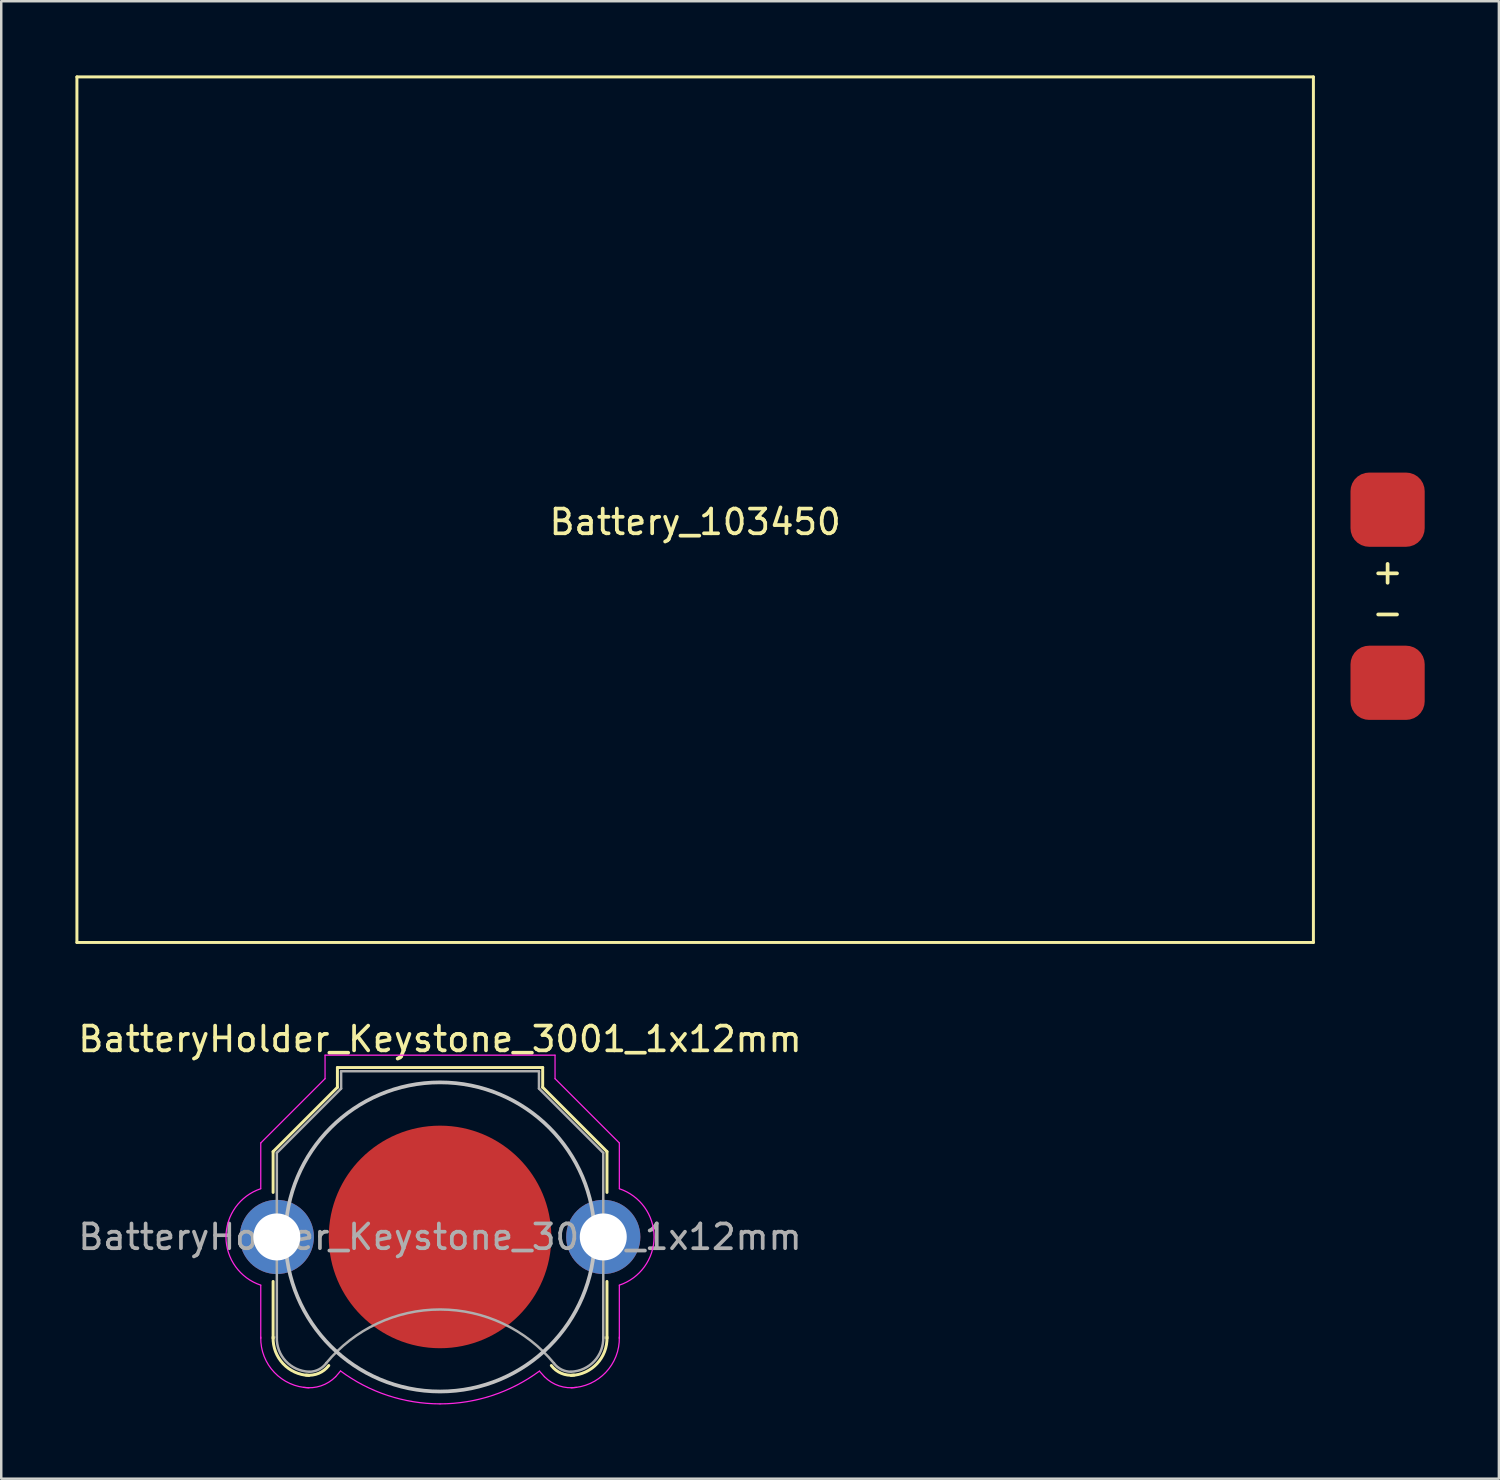
<source format=kicad_pcb>
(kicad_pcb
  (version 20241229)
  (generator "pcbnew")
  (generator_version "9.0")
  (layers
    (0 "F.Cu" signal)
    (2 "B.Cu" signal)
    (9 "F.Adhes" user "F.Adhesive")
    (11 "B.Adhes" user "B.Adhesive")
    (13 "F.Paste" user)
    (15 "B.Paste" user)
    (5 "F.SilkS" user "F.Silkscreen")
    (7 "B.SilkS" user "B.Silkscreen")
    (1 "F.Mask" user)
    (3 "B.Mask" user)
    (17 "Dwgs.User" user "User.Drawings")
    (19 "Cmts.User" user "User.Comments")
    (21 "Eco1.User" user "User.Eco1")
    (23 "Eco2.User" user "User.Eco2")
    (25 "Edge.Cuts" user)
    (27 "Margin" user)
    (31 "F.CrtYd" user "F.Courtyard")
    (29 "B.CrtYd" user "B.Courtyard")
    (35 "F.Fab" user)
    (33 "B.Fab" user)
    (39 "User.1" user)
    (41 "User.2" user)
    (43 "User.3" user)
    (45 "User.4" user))
  (footprint "BatteryHolder_Keystone_3001_1x12mm"
    (layer "F.Cu")
    (at 14.744 46.968)
    (property "Reference" "BatteryHolder_Keystone_3001_1x12mm" (at 0 -8 0) (layer "F.SilkS") (effects (font (size 1 1) (thickness 0.15))))
    (attr through_hole)
    (fp_line (start -6.75 -3.45) (end -4.15 -6.05) (stroke (width 0.12) (type solid)) (layer "F.SilkS"))
    (fp_line (start -6.75 -1.8) (end -6.75 -3.45) (stroke (width 0.12) (type solid)) (layer "F.SilkS"))
    (fp_line (start -6.75 1.8) (end -6.75 4.1) (stroke (width 0.12) (type solid)) (layer "F.SilkS"))
    (fp_line (start -4.15 -6.85) (end 4.15 -6.85) (stroke (width 0.12) (type solid)) (layer "F.SilkS"))
    (fp_line (start -4.15 -6.05) (end -4.15 -6.85) (stroke (width 0.12) (type solid)) (layer "F.SilkS"))
    (fp_line (start 4.15 -6.85) (end 4.15 -6.05) (stroke (width 0.12) (type solid)) (layer "F.SilkS"))
    (fp_line (start 4.15 -6.05) (end 6.75 -3.45) (stroke (width 0.12) (type solid)) (layer "F.SilkS"))
    (fp_line (start 6.75 -3.45) (end 6.75 -1.8) (stroke (width 0.12) (type solid)) (layer "F.SilkS"))
    (fp_line (start 6.75 1.8) (end 6.75 4.1) (stroke (width 0.12) (type solid)) (layer "F.SilkS"))
    (fp_arc (start -5.3 5.6) (mid -6.346016 5.125305) (end -6.75 4.05) (stroke (width 0.12) (type solid)) (layer "F.SilkS"))
    (fp_arc (start -4.5 5.2) (mid -4.90584 5.514615) (end -5.414615 5.58416) (stroke (width 0.12) (type solid)) (layer "F.SilkS"))
    (fp_arc (start 5.414615 5.58416) (mid 4.90584 5.514615) (end 4.5 5.2) (stroke (width 0.12) (type solid)) (layer "F.SilkS"))
    (fp_arc (start 6.75 4.05) (mid 6.346016 5.125305) (end 5.3 5.6) (stroke (width 0.12) (type solid)) (layer "F.SilkS"))
    (fp_circle (center 0 0) (end 0 6.25) (stroke (width 0.15) (type solid)) (fill no) (layer "Dwgs.User"))
    (fp_line (start -7.25 -3.8) (end -4.65 -6.4) (stroke (width 0.05) (type solid)) (layer "F.CrtYd"))
    (fp_line (start -7.25 -1.95) (end -7.25 -3.8) (stroke (width 0.05) (type solid)) (layer "F.CrtYd"))
    (fp_line (start -7.25 1.95) (end -7.25 4.1) (stroke (width 0.05) (type solid)) (layer "F.CrtYd"))
    (fp_line (start -4.65 -7.35) (end 4.65 -7.35) (stroke (width 0.05) (type solid)) (layer "F.CrtYd"))
    (fp_line (start -4.65 -6.4) (end -4.65 -7.35) (stroke (width 0.05) (type solid)) (layer "F.CrtYd"))
    (fp_line (start 4.65 -6.4) (end 4.65 -7.35) (stroke (width 0.05) (type solid)) (layer "F.CrtYd"))
    (fp_line (start 7.25 -3.8) (end 4.65 -6.4) (stroke (width 0.05) (type solid)) (layer "F.CrtYd"))
    (fp_line (start 7.25 -1.95) (end 7.25 -3.8) (stroke (width 0.05) (type solid)) (layer "F.CrtYd"))
    (fp_line (start 7.25 1.95) (end 7.25 4.1) (stroke (width 0.05) (type solid)) (layer "F.CrtYd"))
    (fp_arc (start -7.25 1.95) (mid -8.655479 0.002334) (end -7.254426 -1.948519) (stroke (width 0.05) (type solid)) (layer "F.CrtYd"))
    (fp_arc (start -5.3 6.1) (mid -6.699569 5.478858) (end -7.25 4.05) (stroke (width 0.05) (type solid)) (layer "F.CrtYd"))
    (fp_arc (start -4.22 5.65) (mid -4.814553 6.021742) (end -5.513125 6.082436) (stroke (width 0.05) (type solid)) (layer "F.CrtYd"))
    (fp_arc (start -4.22 5.65) (mid -4.123743 5.534157) (end -4.024388 5.42096) (stroke (width 0.05) (type solid)) (layer "F.CrtYd"))
    (fp_arc (start 0 6.75) (mid -2.119449 6.408622) (end -4.024518 5.419018) (stroke (width 0.05) (type solid)) (layer "F.CrtYd"))
    (fp_arc (start 4.024518 5.419018) (mid 2.119449 6.408622) (end 0 6.75) (stroke (width 0.05) (type solid)) (layer "F.CrtYd"))
    (fp_arc (start 4.02471 5.432858) (mid 4.123824 5.540108) (end 4.22 5.65) (stroke (width 0.05) (type solid)) (layer "F.CrtYd"))
    (fp_arc (start 5.513125 6.082436) (mid 4.814553 6.021742) (end 4.22 5.65) (stroke (width 0.05) (type solid)) (layer "F.CrtYd"))
    (fp_arc (start 7.25 4.05) (mid 6.699569 5.478858) (end 5.3 6.1) (stroke (width 0.05) (type solid)) (layer "F.CrtYd"))
    (fp_arc (start 7.254426 -1.948519) (mid 8.655479 0.002334) (end 7.25 1.95) (stroke (width 0.05) (type solid)) (layer "F.CrtYd"))
    (fp_line (start -6.6 -3.4) (end -6.6 4.05) (stroke (width 0.1) (type solid)) (layer "F.Fab"))
    (fp_line (start -4 -6.7) (end -4 -6) (stroke (width 0.1) (type solid)) (layer "F.Fab"))
    (fp_line (start -4 -6.7) (end 4 -6.7) (stroke (width 0.1) (type solid)) (layer "F.Fab"))
    (fp_line (start -4 -6) (end -6.6 -3.4) (stroke (width 0.1) (type solid)) (layer "F.Fab"))
    (fp_line (start 4 -6.7) (end 4 -6) (stroke (width 0.1) (type solid)) (layer "F.Fab"))
    (fp_line (start 4 -6) (end 6.6 -3.4) (stroke (width 0.1) (type solid)) (layer "F.Fab"))
    (fp_line (start 6.6 -3.4) (end 6.6 4.1) (stroke (width 0.1) (type solid)) (layer "F.Fab"))
    (fp_arc (start -5.3 5.45) (mid -6.239949 5.019239) (end -6.6 4.05) (stroke (width 0.1) (type solid)) (layer "F.Fab"))
    (fp_arc (start -4.6 5.1) (mid -4.899633 5.357439) (end -5.283164 5.452088) (stroke (width 0.1) (type solid)) (layer "F.Fab"))
    (fp_arc (start -4.6 5.1) (mid 0.006214 2.93343) (end 4.607905 5.109589) (stroke (width 0.1) (type solid)) (layer "F.Fab"))
    (fp_arc (start 5.283169 5.451403) (mid 4.905469 5.359651) (end 4.607905 5.109589) (stroke (width 0.1) (type solid)) (layer "F.Fab"))
    (fp_arc (start 6.6 4.049999) (mid 6.23995 5.019238) (end 5.3 5.45) (stroke (width 0.1) (type solid)) (layer "F.Fab"))
    (fp_text user "${REFERENCE}" (at 0 0 0) (layer "F.Fab") (effects (font (size 1 1) (thickness 0.15))))
    (pad "1" thru_hole circle (at -6.6 0) (size 3 3) (drill 1.9) (layers "*.Cu" "*.Mask"))
    (pad "1" thru_hole circle (at 6.6 0) (size 3 3) (drill 1.9) (layers "*.Cu" "*.Mask"))
    (pad "2" smd circle (at 0 0) (size 9 9) (layers "F.Cu" "F.Mask")))
  (footprint "Battery_103450"
    (layer "F.Cu")
    (at 25.06 17.56)
    (property "Reference" "Battery_103450" (at 0 0.5 0) (layer "F.SilkS") (effects (font (size 1 1) (thickness 0.15))))
    (attr through_hole)
    (fp_line (start -25 -17.5) (end -25 17.5) (stroke (width 0.12) (type solid)) (layer "F.SilkS"))
    (fp_line (start -25 17.5) (end 25 17.5) (stroke (width 0.12) (type solid)) (layer "F.SilkS"))
    (fp_line (start 25 -17.5) (end -25 -17.5) (stroke (width 0.12) (type solid)) (layer "F.SilkS"))
    (fp_line (start 25 17.5) (end 25 -17.5) (stroke (width 0.12) (type solid)) (layer "F.SilkS"))
    (fp_text user "+" (at 28 2.5 0) (layer "F.SilkS") (effects (font (size 1 1) (thickness 0.15))))
    (fp_text user "-" (at 28 4 0) (layer "F.SilkS") (effects (font (size 3 1) (thickness 0.15))))
    (pad "1" smd roundrect (at 28 0) (size 3 3) (layers "F.Cu" "F.Mask" "F.Paste") (roundrect_rratio 0.25))
    (pad "2" smd roundrect (at 28 7) (size 3 3) (layers "F.Cu" "F.Mask" "F.Paste") (roundrect_rratio 0.25)))
  (gr_rect
    (start -3 -3)
    (end 57.56 56.743)
    (stroke (width 0.1) (type default))
    (fill no)
    (layer "Edge.Cuts")))
</source>
